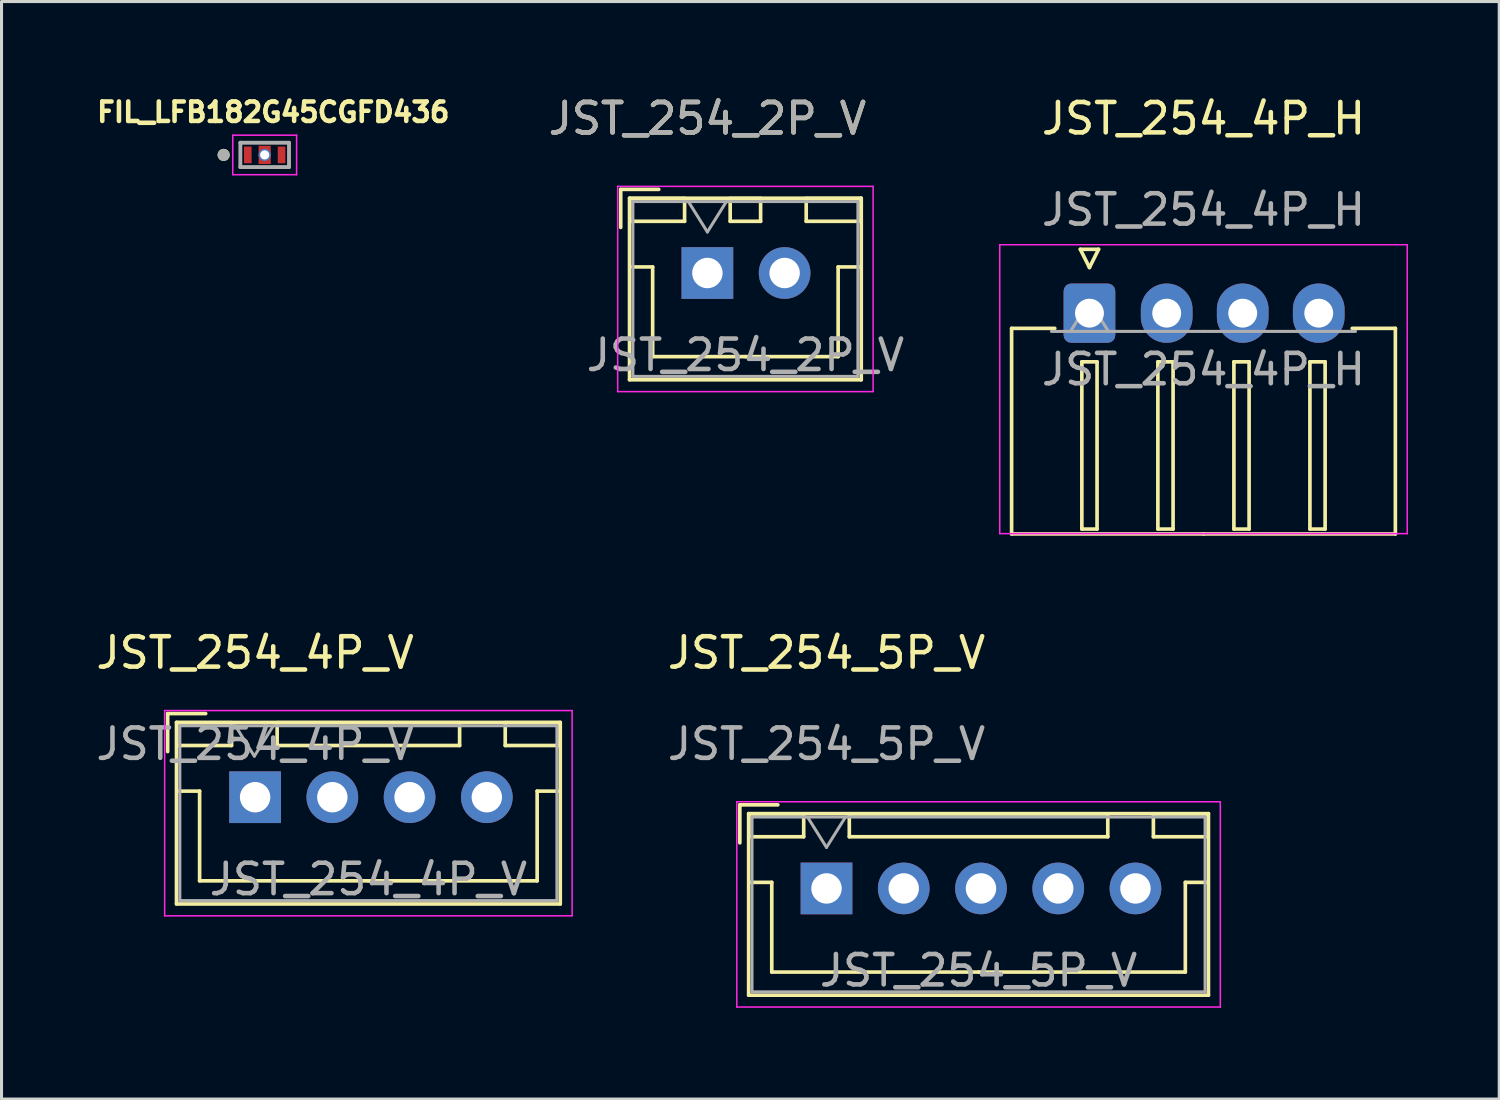
<source format=kicad_pcb>
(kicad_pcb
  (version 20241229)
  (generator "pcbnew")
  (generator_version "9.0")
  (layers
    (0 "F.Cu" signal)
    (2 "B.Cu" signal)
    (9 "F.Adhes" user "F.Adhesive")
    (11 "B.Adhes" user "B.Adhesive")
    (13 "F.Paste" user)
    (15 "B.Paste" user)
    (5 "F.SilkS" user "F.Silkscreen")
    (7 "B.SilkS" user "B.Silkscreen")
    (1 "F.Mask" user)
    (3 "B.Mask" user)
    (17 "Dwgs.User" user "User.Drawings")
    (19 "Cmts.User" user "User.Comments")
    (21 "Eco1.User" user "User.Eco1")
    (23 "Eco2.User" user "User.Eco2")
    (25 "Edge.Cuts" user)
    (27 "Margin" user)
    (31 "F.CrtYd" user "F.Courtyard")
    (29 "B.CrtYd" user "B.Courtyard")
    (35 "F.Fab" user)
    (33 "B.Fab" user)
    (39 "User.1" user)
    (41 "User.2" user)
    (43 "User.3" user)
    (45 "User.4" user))
  (footprint "JST_254_4P_V"
    (layer "F.Cu")
    (at 5.339 23.166)
    (property "Reference" "JST_254_4P_V" (at 0 -4.75 0) (unlocked yes) (layer "F.SilkS") (effects (font (size 1 1) (thickness 0.15))))
    (attr smd)
    (fp_line (start -2.875 -2.75) (end -2.875 -1.5) (stroke (width 0.12) (type solid)) (layer "F.SilkS"))
    (fp_line (start -2.585 -2.46) (end -2.585 3.51) (stroke (width 0.12) (type solid)) (layer "F.SilkS"))
    (fp_line (start -2.585 3.51) (end 10.035 3.51) (stroke (width 0.12) (type solid)) (layer "F.SilkS"))
    (fp_line (start -2.575 -2.45) (end -2.575 -1.7) (stroke (width 0.12) (type solid)) (layer "F.SilkS"))
    (fp_line (start -2.575 -1.7) (end -0.775 -1.7) (stroke (width 0.12) (type solid)) (layer "F.SilkS"))
    (fp_line (start -2.575 -0.2) (end -1.825 -0.2) (stroke (width 0.12) (type solid)) (layer "F.SilkS"))
    (fp_line (start -1.825 -0.2) (end -1.825 2.75) (stroke (width 0.12) (type solid)) (layer "F.SilkS"))
    (fp_line (start -1.825 2.75) (end 3.725 2.75) (stroke (width 0.12) (type solid)) (layer "F.SilkS"))
    (fp_line (start -1.625 -2.75) (end -2.875 -2.75) (stroke (width 0.12) (type solid)) (layer "F.SilkS"))
    (fp_line (start -0.775 -2.45) (end -2.575 -2.45) (stroke (width 0.12) (type solid)) (layer "F.SilkS"))
    (fp_line (start -0.775 -1.7) (end -0.775 -2.45) (stroke (width 0.12) (type solid)) (layer "F.SilkS"))
    (fp_line (start 0.725 -2.45) (end 0.725 -1.7) (stroke (width 0.12) (type solid)) (layer "F.SilkS"))
    (fp_line (start 0.725 -1.7) (end 6.725 -1.7) (stroke (width 0.12) (type solid)) (layer "F.SilkS"))
    (fp_line (start 6.725 -2.45) (end 0.725 -2.45) (stroke (width 0.12) (type solid)) (layer "F.SilkS"))
    (fp_line (start 6.725 -1.7) (end 6.725 -2.45) (stroke (width 0.12) (type solid)) (layer "F.SilkS"))
    (fp_line (start 8.225 -2.45) (end 8.225 -1.7) (stroke (width 0.12) (type solid)) (layer "F.SilkS"))
    (fp_line (start 8.225 -1.7) (end 10.025 -1.7) (stroke (width 0.12) (type solid)) (layer "F.SilkS"))
    (fp_line (start 9.275 -0.2) (end 9.275 2.75) (stroke (width 0.12) (type solid)) (layer "F.SilkS"))
    (fp_line (start 9.275 2.75) (end 3.725 2.75) (stroke (width 0.12) (type solid)) (layer "F.SilkS"))
    (fp_line (start 10.025 -2.45) (end 8.225 -2.45) (stroke (width 0.12) (type solid)) (layer "F.SilkS"))
    (fp_line (start 10.025 -1.7) (end 10.025 -2.45) (stroke (width 0.12) (type solid)) (layer "F.SilkS"))
    (fp_line (start 10.025 -0.2) (end 9.275 -0.2) (stroke (width 0.12) (type solid)) (layer "F.SilkS"))
    (fp_line (start 10.035 -2.46) (end -2.585 -2.46) (stroke (width 0.12) (type solid)) (layer "F.SilkS"))
    (fp_line (start 10.035 3.51) (end 10.035 -2.46) (stroke (width 0.12) (type solid)) (layer "F.SilkS"))
    (fp_line (start -2.975 -2.85) (end -2.975 3.9) (stroke (width 0.05) (type solid)) (layer "F.CrtYd"))
    (fp_line (start -2.975 3.9) (end 10.425 3.9) (stroke (width 0.05) (type solid)) (layer "F.CrtYd"))
    (fp_line (start 10.425 -2.85) (end -2.975 -2.85) (stroke (width 0.05) (type solid)) (layer "F.CrtYd"))
    (fp_line (start 10.425 3.9) (end 10.425 -2.85) (stroke (width 0.05) (type solid)) (layer "F.CrtYd"))
    (fp_line (start -2.475 -2.35) (end -2.475 3.4) (stroke (width 0.1) (type solid)) (layer "F.Fab"))
    (fp_line (start -2.475 3.4) (end 9.925 3.4) (stroke (width 0.1) (type solid)) (layer "F.Fab"))
    (fp_line (start -0.65 -2.35) (end -0.025 -1.35) (stroke (width 0.1) (type solid)) (layer "F.Fab"))
    (fp_line (start -0.025 -1.35) (end 0.6 -2.35) (stroke (width 0.1) (type solid)) (layer "F.Fab"))
    (fp_line (start 9.925 -2.35) (end -2.475 -2.35) (stroke (width 0.1) (type solid)) (layer "F.Fab"))
    (fp_line (start 9.925 3.4) (end 9.925 -2.35) (stroke (width 0.1) (type solid)) (layer "F.Fab"))
    (fp_text user "${REFERENCE}" (at 3.725 2.7 0) (layer "F.Fab") (effects (font (size 1 1) (thickness 0.15))))
    (fp_text user "${REFERENCE}" (at 0 -1.75 0) (unlocked yes) (layer "F.Fab") (effects (font (size 1 1) (thickness 0.15))))
    (pad "1" thru_hole rect (at 0 0 90) (size 1.7 1.7) (drill 1) (layers "*.Cu" "*.Mask"))
    (pad "2" thru_hole oval (at 2.54 0 90) (size 1.7 1.7) (drill 1) (layers "*.Cu" "*.Mask"))
    (pad "3" thru_hole oval (at 5.08 0 90) (size 1.7 1.7) (drill 1) (layers "*.Cu" "*.Mask"))
    (pad "4" thru_hole oval (at 7.62 0 90) (size 1.7 1.7) (drill 1) (layers "*.Cu" "*.Mask")))
  (footprint "JST_254_2P_V"
    (layer "F.Cu")
    (at 20.212 5.928)
    (property "Reference" "JST_254_2P_V" (at 0 -5.08 0) (unlocked yes) (layer "F.SilkS") (effects (font (size 1 1) (thickness 0.15))))
    (attr smd)
    (fp_line (start -2.85 -2.75) (end -2.85 -1.5) (stroke (width 0.12) (type solid)) (layer "F.SilkS"))
    (fp_line (start -2.56 -2.46) (end -2.56 3.51) (stroke (width 0.12) (type solid)) (layer "F.SilkS"))
    (fp_line (start -2.56 3.51) (end 5.06 3.51) (stroke (width 0.12) (type solid)) (layer "F.SilkS"))
    (fp_line (start -2.55 -2.45) (end -2.55 -1.7) (stroke (width 0.12) (type solid)) (layer "F.SilkS"))
    (fp_line (start -2.55 -1.7) (end -0.75 -1.7) (stroke (width 0.12) (type solid)) (layer "F.SilkS"))
    (fp_line (start -2.55 -0.2) (end -1.8 -0.2) (stroke (width 0.12) (type solid)) (layer "F.SilkS"))
    (fp_line (start -1.8 -0.2) (end -1.8 2.75) (stroke (width 0.12) (type solid)) (layer "F.SilkS"))
    (fp_line (start -1.8 2.75) (end 1.25 2.75) (stroke (width 0.12) (type solid)) (layer "F.SilkS"))
    (fp_line (start -1.6 -2.75) (end -2.85 -2.75) (stroke (width 0.12) (type solid)) (layer "F.SilkS"))
    (fp_line (start -0.75 -2.45) (end -2.55 -2.45) (stroke (width 0.12) (type solid)) (layer "F.SilkS"))
    (fp_line (start -0.75 -1.7) (end -0.75 -2.45) (stroke (width 0.12) (type solid)) (layer "F.SilkS"))
    (fp_line (start 0.75 -2.45) (end 0.75 -1.7) (stroke (width 0.12) (type solid)) (layer "F.SilkS"))
    (fp_line (start 0.75 -1.7) (end 1.75 -1.7) (stroke (width 0.12) (type solid)) (layer "F.SilkS"))
    (fp_line (start 1.75 -2.45) (end 0.75 -2.45) (stroke (width 0.12) (type solid)) (layer "F.SilkS"))
    (fp_line (start 1.75 -1.7) (end 1.75 -2.45) (stroke (width 0.12) (type solid)) (layer "F.SilkS"))
    (fp_line (start 3.25 -2.45) (end 3.25 -1.7) (stroke (width 0.12) (type solid)) (layer "F.SilkS"))
    (fp_line (start 3.25 -1.7) (end 5.05 -1.7) (stroke (width 0.12) (type solid)) (layer "F.SilkS"))
    (fp_line (start 4.3 -0.2) (end 4.3 2.75) (stroke (width 0.12) (type solid)) (layer "F.SilkS"))
    (fp_line (start 4.3 2.75) (end 1.25 2.75) (stroke (width 0.12) (type solid)) (layer "F.SilkS"))
    (fp_line (start 5.05 -2.45) (end 3.25 -2.45) (stroke (width 0.12) (type solid)) (layer "F.SilkS"))
    (fp_line (start 5.05 -1.7) (end 5.05 -2.45) (stroke (width 0.12) (type solid)) (layer "F.SilkS"))
    (fp_line (start 5.05 -0.2) (end 4.3 -0.2) (stroke (width 0.12) (type solid)) (layer "F.SilkS"))
    (fp_line (start 5.06 -2.46) (end -2.56 -2.46) (stroke (width 0.12) (type solid)) (layer "F.SilkS"))
    (fp_line (start 5.06 3.51) (end 5.06 -2.46) (stroke (width 0.12) (type solid)) (layer "F.SilkS"))
    (fp_line (start -2.95 -2.85) (end -2.95 3.9) (stroke (width 0.05) (type solid)) (layer "F.CrtYd"))
    (fp_line (start -2.95 3.9) (end 5.45 3.9) (stroke (width 0.05) (type solid)) (layer "F.CrtYd"))
    (fp_line (start 5.45 -2.85) (end -2.95 -2.85) (stroke (width 0.05) (type solid)) (layer "F.CrtYd"))
    (fp_line (start 5.45 3.9) (end 5.45 -2.85) (stroke (width 0.05) (type solid)) (layer "F.CrtYd"))
    (fp_line (start -2.45 -2.35) (end -2.45 3.4) (stroke (width 0.1) (type solid)) (layer "F.Fab"))
    (fp_line (start -2.45 3.4) (end 4.95 3.4) (stroke (width 0.1) (type solid)) (layer "F.Fab"))
    (fp_line (start -0.625 -2.35) (end 0 -1.35) (stroke (width 0.1) (type solid)) (layer "F.Fab"))
    (fp_line (start 0 -1.35) (end 0.625 -2.35) (stroke (width 0.1) (type solid)) (layer "F.Fab"))
    (fp_line (start 4.95 -2.35) (end -2.45 -2.35) (stroke (width 0.1) (type solid)) (layer "F.Fab"))
    (fp_line (start 4.95 3.4) (end 4.95 -2.35) (stroke (width 0.1) (type solid)) (layer "F.Fab"))
    (fp_text user "${REFERENCE}" (at 0 -5.08 0) (unlocked yes) (layer "F.Fab") (effects (font (size 1 1) (thickness 0.15))))
    (fp_text user "${REFERENCE}" (at 1.25 2.7 0) (layer "F.Fab") (effects (font (size 1 1) (thickness 0.15))))
    (pad "1" thru_hole rect (at 0 0 90) (size 1.7 1.7) (drill 1) (layers "*.Cu" "*.Mask"))
    (pad "2" thru_hole oval (at 2.54 0 90) (size 1.7 1.7) (drill 1) (layers "*.Cu" "*.Mask")))
  (footprint "JST_254_4P_H"
    (layer "F.Cu")
    (at 32.776 7.248)
    (property "Reference" "JST_254_4P_H" (at 3.75 -6.4 0) (unlocked yes) (layer "F.SilkS") (effects (font (size 1 1) (thickness 0.15))))
    (attr smd)
    (fp_line (start -2.56 0.5) (end -1.14 0.5) (stroke (width 0.12) (type solid)) (layer "F.SilkS"))
    (fp_line (start -2.56 7.26) (end -2.56 0.5) (stroke (width 0.12) (type solid)) (layer "F.SilkS"))
    (fp_line (start -0.3 -2.1) (end 0.3 -2.1) (stroke (width 0.12) (type solid)) (layer "F.SilkS"))
    (fp_line (start -0.25 1.6) (end -0.25 7.1) (stroke (width 0.12) (type solid)) (layer "F.SilkS"))
    (fp_line (start -0.25 7.1) (end 0.25 7.1) (stroke (width 0.12) (type solid)) (layer "F.SilkS"))
    (fp_line (start 0 -1.5) (end -0.3 -2.1) (stroke (width 0.12) (type solid)) (layer "F.SilkS"))
    (fp_line (start 0.25 1.6) (end -0.25 1.6) (stroke (width 0.12) (type solid)) (layer "F.SilkS"))
    (fp_line (start 0.25 7.1) (end 0.25 1.6) (stroke (width 0.12) (type solid)) (layer "F.SilkS"))
    (fp_line (start 0.3 -2.1) (end 0 -1.5) (stroke (width 0.12) (type solid)) (layer "F.SilkS"))
    (fp_line (start 2.25 1.6) (end 2.25 7.1) (stroke (width 0.12) (type solid)) (layer "F.SilkS"))
    (fp_line (start 2.25 7.1) (end 2.75 7.1) (stroke (width 0.12) (type solid)) (layer "F.SilkS"))
    (fp_line (start 2.75 1.6) (end 2.25 1.6) (stroke (width 0.12) (type solid)) (layer "F.SilkS"))
    (fp_line (start 2.75 7.1) (end 2.75 1.6) (stroke (width 0.12) (type solid)) (layer "F.SilkS"))
    (fp_line (start 3.75 7.26) (end -2.56 7.26) (stroke (width 0.12) (type solid)) (layer "F.SilkS"))
    (fp_line (start 3.75 7.26) (end 10.06 7.26) (stroke (width 0.12) (type solid)) (layer "F.SilkS"))
    (fp_line (start 4.75 1.6) (end 4.75 7.1) (stroke (width 0.12) (type solid)) (layer "F.SilkS"))
    (fp_line (start 4.75 7.1) (end 5.25 7.1) (stroke (width 0.12) (type solid)) (layer "F.SilkS"))
    (fp_line (start 5.25 1.6) (end 4.75 1.6) (stroke (width 0.12) (type solid)) (layer "F.SilkS"))
    (fp_line (start 5.25 7.1) (end 5.25 1.6) (stroke (width 0.12) (type solid)) (layer "F.SilkS"))
    (fp_line (start 7.25 1.6) (end 7.25 7.1) (stroke (width 0.12) (type solid)) (layer "F.SilkS"))
    (fp_line (start 7.25 7.1) (end 7.75 7.1) (stroke (width 0.12) (type solid)) (layer "F.SilkS"))
    (fp_line (start 7.75 1.6) (end 7.25 1.6) (stroke (width 0.12) (type solid)) (layer "F.SilkS"))
    (fp_line (start 7.75 7.1) (end 7.75 1.6) (stroke (width 0.12) (type solid)) (layer "F.SilkS"))
    (fp_line (start 10.06 0.5) (end 8.64 0.5) (stroke (width 0.12) (type solid)) (layer "F.SilkS"))
    (fp_line (start 10.06 7.26) (end 10.06 0.5) (stroke (width 0.12) (type solid)) (layer "F.SilkS"))
    (fp_line (start -2.95 -2.25) (end -2.95 7.25) (stroke (width 0.05) (type solid)) (layer "F.CrtYd"))
    (fp_line (start -2.95 7.25) (end 10.45 7.25) (stroke (width 0.05) (type solid)) (layer "F.CrtYd"))
    (fp_line (start 10.45 -2.25) (end -2.95 -2.25) (stroke (width 0.05) (type solid)) (layer "F.CrtYd"))
    (fp_line (start 10.45 7.25) (end 10.45 -2.25) (stroke (width 0.05) (type solid)) (layer "F.CrtYd"))
    (fp_line (start -1.25 0.6) (end 3.75 0.6) (stroke (width 0.1) (type solid)) (layer "F.Fab"))
    (fp_line (start -0.625 0.6) (end 0 -0.4) (stroke (width 0.1) (type solid)) (layer "F.Fab"))
    (fp_line (start 0 -0.4) (end 0.625 0.6) (stroke (width 0.1) (type solid)) (layer "F.Fab"))
    (fp_line (start 8.75 0.6) (end 3.75 0.6) (stroke (width 0.1) (type solid)) (layer "F.Fab"))
    (fp_text user "${REFERENCE}" (at 3.75 -3.4 0) (unlocked yes) (layer "F.Fab") (effects (font (size 1 1) (thickness 0.15))))
    (fp_text user "${REFERENCE}" (at 3.75 1.85 0) (layer "F.Fab") (effects (font (size 1 1) (thickness 0.15))))
    (pad "1" thru_hole roundrect (at 0 0) (size 1.7 1.95) (drill 0.95) (layers "*.Cu" "*.Mask") (roundrect_rratio 0.147))
    (pad "2" thru_hole oval (at 2.54 0) (size 1.7 1.95) (drill 0.95) (layers "*.Cu" "*.Mask"))
    (pad "3" thru_hole oval (at 5.04 0) (size 1.7 1.95) (drill 0.95) (layers "*.Cu" "*.Mask"))
    (pad "4" thru_hole oval (at 7.54 0) (size 1.7 1.95) (drill 0.95) (layers "*.Cu" "*.Mask")))
  (footprint "JST_254_5P_V"
    (layer "F.Cu")
    (at 24.129 26.166)
    (property "Reference" "JST_254_5P_V" (at 0 -7.75 0) (unlocked yes) (layer "F.SilkS") (effects (font (size 1 1) (thickness 0.15))))
    (attr smd)
    (fp_line (start -2.85 -2.75) (end -2.85 -1.5) (stroke (width 0.12) (type solid)) (layer "F.SilkS"))
    (fp_line (start -2.56 -2.46) (end -2.56 3.51) (stroke (width 0.12) (type solid)) (layer "F.SilkS"))
    (fp_line (start -2.56 3.51) (end 12.56 3.51) (stroke (width 0.12) (type solid)) (layer "F.SilkS"))
    (fp_line (start -2.55 -2.45) (end -2.55 -1.7) (stroke (width 0.12) (type solid)) (layer "F.SilkS"))
    (fp_line (start -2.55 -1.7) (end -0.75 -1.7) (stroke (width 0.12) (type solid)) (layer "F.SilkS"))
    (fp_line (start -2.55 -0.2) (end -1.8 -0.2) (stroke (width 0.12) (type solid)) (layer "F.SilkS"))
    (fp_line (start -1.8 -0.2) (end -1.8 2.75) (stroke (width 0.12) (type solid)) (layer "F.SilkS"))
    (fp_line (start -1.8 2.75) (end 5 2.75) (stroke (width 0.12) (type solid)) (layer "F.SilkS"))
    (fp_line (start -1.6 -2.75) (end -2.85 -2.75) (stroke (width 0.12) (type solid)) (layer "F.SilkS"))
    (fp_line (start -0.75 -2.45) (end -2.55 -2.45) (stroke (width 0.12) (type solid)) (layer "F.SilkS"))
    (fp_line (start -0.75 -1.7) (end -0.75 -2.45) (stroke (width 0.12) (type solid)) (layer "F.SilkS"))
    (fp_line (start 0.75 -2.45) (end 0.75 -1.7) (stroke (width 0.12) (type solid)) (layer "F.SilkS"))
    (fp_line (start 0.75 -1.7) (end 9.25 -1.7) (stroke (width 0.12) (type solid)) (layer "F.SilkS"))
    (fp_line (start 9.25 -2.45) (end 0.75 -2.45) (stroke (width 0.12) (type solid)) (layer "F.SilkS"))
    (fp_line (start 9.25 -1.7) (end 9.25 -2.45) (stroke (width 0.12) (type solid)) (layer "F.SilkS"))
    (fp_line (start 10.75 -2.45) (end 10.75 -1.7) (stroke (width 0.12) (type solid)) (layer "F.SilkS"))
    (fp_line (start 10.75 -1.7) (end 12.55 -1.7) (stroke (width 0.12) (type solid)) (layer "F.SilkS"))
    (fp_line (start 11.8 -0.2) (end 11.8 2.75) (stroke (width 0.12) (type solid)) (layer "F.SilkS"))
    (fp_line (start 11.8 2.75) (end 5 2.75) (stroke (width 0.12) (type solid)) (layer "F.SilkS"))
    (fp_line (start 12.55 -2.45) (end 10.75 -2.45) (stroke (width 0.12) (type solid)) (layer "F.SilkS"))
    (fp_line (start 12.55 -1.7) (end 12.55 -2.45) (stroke (width 0.12) (type solid)) (layer "F.SilkS"))
    (fp_line (start 12.55 -0.2) (end 11.8 -0.2) (stroke (width 0.12) (type solid)) (layer "F.SilkS"))
    (fp_line (start 12.56 -2.46) (end -2.56 -2.46) (stroke (width 0.12) (type solid)) (layer "F.SilkS"))
    (fp_line (start 12.56 3.51) (end 12.56 -2.46) (stroke (width 0.12) (type solid)) (layer "F.SilkS"))
    (fp_line (start -2.95 -2.85) (end -2.95 3.9) (stroke (width 0.05) (type solid)) (layer "F.CrtYd"))
    (fp_line (start -2.95 3.9) (end 12.95 3.9) (stroke (width 0.05) (type solid)) (layer "F.CrtYd"))
    (fp_line (start 12.95 -2.85) (end -2.95 -2.85) (stroke (width 0.05) (type solid)) (layer "F.CrtYd"))
    (fp_line (start 12.95 3.9) (end 12.95 -2.85) (stroke (width 0.05) (type solid)) (layer "F.CrtYd"))
    (fp_line (start -2.45 -2.35) (end -2.45 3.4) (stroke (width 0.1) (type solid)) (layer "F.Fab"))
    (fp_line (start -2.45 3.4) (end 12.45 3.4) (stroke (width 0.1) (type solid)) (layer "F.Fab"))
    (fp_line (start -0.625 -2.35) (end 0 -1.35) (stroke (width 0.1) (type solid)) (layer "F.Fab"))
    (fp_line (start 0 -1.35) (end 0.625 -2.35) (stroke (width 0.1) (type solid)) (layer "F.Fab"))
    (fp_line (start 12.45 -2.35) (end -2.45 -2.35) (stroke (width 0.1) (type solid)) (layer "F.Fab"))
    (fp_line (start 12.45 3.4) (end 12.45 -2.35) (stroke (width 0.1) (type solid)) (layer "F.Fab"))
    (fp_text user "${REFERENCE}" (at 5 2.7 0) (layer "F.Fab") (effects (font (size 1 1) (thickness 0.15))))
    (fp_text user "${REFERENCE}" (at 0 -4.75 0) (unlocked yes) (layer "F.Fab") (effects (font (size 1 1) (thickness 0.15))))
    (pad "1" thru_hole rect (at 0 0 90) (size 1.7 1.7) (drill 1) (layers "*.Cu" "*.Mask"))
    (pad "2" thru_hole oval (at 2.54 0 90) (size 1.7 1.7) (drill 1) (layers "*.Cu" "*.Mask"))
    (pad "3" thru_hole oval (at 5.08 0 90) (size 1.7 1.7) (drill 1) (layers "*.Cu" "*.Mask"))
    (pad "4" thru_hole oval (at 7.62 0 90) (size 1.7 1.7) (drill 1) (layers "*.Cu" "*.Mask"))
    (pad "5" thru_hole oval (at 10.16 0 90) (size 1.7 1.7) (drill 1) (layers "*.Cu" "*.Mask")))
  (footprint "FIL_LFB182G45CGFD436"
    (layer "F.Cu")
    (at 5.654 2.044)
    (property "Reference" "FIL_LFB182G45CGFD436" (at 0.282 -1.406 0) (layer "F.SilkS") (effects (font (size 0.64 0.64) (thickness 0.15))))
    (attr through_hole)
    (fp_poly (pts (xy -0.68 -0.275) (xy -0.43 -0.275) (xy -0.43 0.275) (xy -0.68 0.275)) (stroke (width 0.01) (type solid)) (fill yes) (layer "F.Mask"))
    (fp_poly (pts (xy -0.2 -0.3) (xy 0.2 -0.3) (xy 0.2 0.3) (xy -0.2 0.3)) (stroke (width 0.01) (type solid)) (fill yes) (layer "F.Mask"))
    (fp_poly (pts (xy 0.43 -0.275) (xy 0.68 -0.275) (xy 0.68 0.275) (xy 0.43 0.275)) (stroke (width 0.01) (type solid)) (fill yes) (layer "F.Mask"))
    (fp_circle (center -1.35 0) (end -1.25 0) (stroke (width 0.2) (type solid)) (fill no) (layer "F.SilkS"))
    (fp_line (start -1.05 -0.65) (end 1.05 -0.65) (stroke (width 0.05) (type solid)) (layer "F.CrtYd"))
    (fp_line (start -1.05 0.65) (end -1.05 -0.65) (stroke (width 0.05) (type solid)) (layer "F.CrtYd"))
    (fp_line (start 1.05 -0.65) (end 1.05 0.65) (stroke (width 0.05) (type solid)) (layer "F.CrtYd"))
    (fp_line (start 1.05 0.65) (end -1.05 0.65) (stroke (width 0.05) (type solid)) (layer "F.CrtYd"))
    (fp_line (start -0.8 -0.4) (end -0.8 0.4) (stroke (width 0.127) (type solid)) (layer "F.Fab"))
    (fp_line (start -0.8 0.4) (end 0.8 0.4) (stroke (width 0.127) (type solid)) (layer "F.Fab"))
    (fp_line (start 0.8 -0.4) (end -0.8 -0.4) (stroke (width 0.127) (type solid)) (layer "F.Fab"))
    (fp_line (start 0.8 0.4) (end 0.8 -0.4) (stroke (width 0.127) (type solid)) (layer "F.Fab"))
    (fp_circle (center -1.35 0) (end -1.25 0) (stroke (width 0.2) (type solid)) (fill no) (layer "F.Fab"))
    (pad "1" smd rect (at -0.555 0) (size 0.25 0.55) (layers "F.Cu" "F.Paste"))
    (pad "2" smd rect (at 0 0) (size 0.4 0.6) (layers "F.Cu" "F.Paste"))
    (pad "2_1" thru_hole circle (at 0 0) (size 0.4 0.4) (drill 0.3) (layers "*.Cu"))
    (pad "3" smd rect (at 0.555 0) (size 0.25 0.55) (layers "F.Cu" "F.Paste")))
  (gr_rect
    (start -3 -3)
    (end 46.251 33.092)
    (stroke (width 0.1) (type default))
    (fill no)
    (layer "Edge.Cuts")))
</source>
